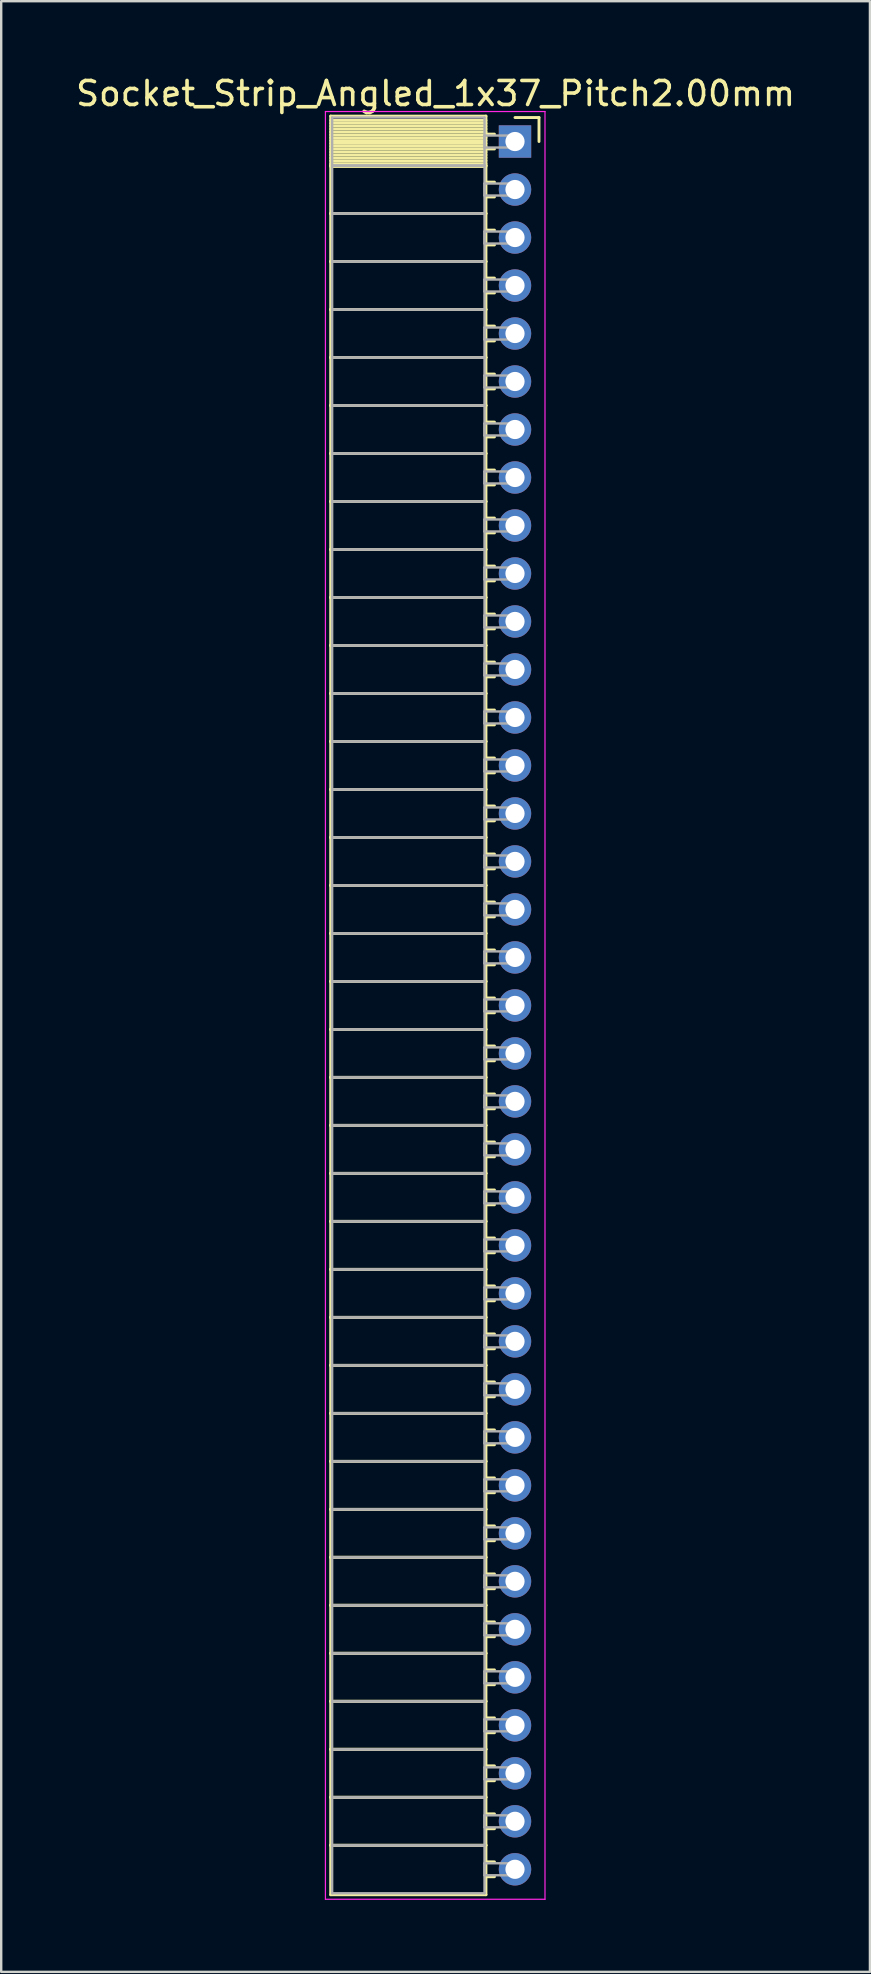
<source format=kicad_pcb>
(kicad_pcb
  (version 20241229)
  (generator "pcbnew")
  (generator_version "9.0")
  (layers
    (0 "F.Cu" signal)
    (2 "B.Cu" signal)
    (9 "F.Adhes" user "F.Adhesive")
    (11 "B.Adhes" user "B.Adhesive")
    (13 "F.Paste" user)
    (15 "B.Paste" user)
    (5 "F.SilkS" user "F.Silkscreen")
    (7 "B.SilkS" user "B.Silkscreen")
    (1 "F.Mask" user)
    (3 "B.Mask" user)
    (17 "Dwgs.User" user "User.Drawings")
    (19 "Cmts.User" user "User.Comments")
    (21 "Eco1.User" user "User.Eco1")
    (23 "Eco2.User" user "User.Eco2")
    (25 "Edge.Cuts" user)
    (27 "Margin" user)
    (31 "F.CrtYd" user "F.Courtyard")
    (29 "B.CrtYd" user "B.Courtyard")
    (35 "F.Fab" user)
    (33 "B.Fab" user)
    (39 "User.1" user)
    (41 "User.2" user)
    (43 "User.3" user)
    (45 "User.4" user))
  (footprint "Socket_Strip_Angled_1x37_Pitch2.00mm"
    (layer "F.Cu")
    (at 18.411 2.848)
    (property "Reference" "Socket_Strip_Angled_1x37_Pitch2.00mm" (at -3.31 -2 0) (layer "F.SilkS") (effects (font (size 1 1) (thickness 0.15))))
    (attr through_hole)
    (fp_line (start -7.68 -1.06) (end -1.21 -1.06) (stroke (width 0.12) (type solid)) (layer "F.SilkS"))
    (fp_line (start -7.68 1) (end -7.68 -1.06) (stroke (width 0.12) (type solid)) (layer "F.SilkS"))
    (fp_line (start -7.68 1) (end -1.21 1) (stroke (width 0.12) (type solid)) (layer "F.SilkS"))
    (fp_line (start -7.68 3) (end -7.68 1) (stroke (width 0.12) (type solid)) (layer "F.SilkS"))
    (fp_line (start -7.68 3) (end -1.21 3) (stroke (width 0.12) (type solid)) (layer "F.SilkS"))
    (fp_line (start -7.68 5) (end -7.68 3) (stroke (width 0.12) (type solid)) (layer "F.SilkS"))
    (fp_line (start -7.68 5) (end -1.21 5) (stroke (width 0.12) (type solid)) (layer "F.SilkS"))
    (fp_line (start -7.68 7) (end -7.68 5) (stroke (width 0.12) (type solid)) (layer "F.SilkS"))
    (fp_line (start -7.68 7) (end -1.21 7) (stroke (width 0.12) (type solid)) (layer "F.SilkS"))
    (fp_line (start -7.68 9) (end -7.68 7) (stroke (width 0.12) (type solid)) (layer "F.SilkS"))
    (fp_line (start -7.68 9) (end -1.21 9) (stroke (width 0.12) (type solid)) (layer "F.SilkS"))
    (fp_line (start -7.68 11) (end -7.68 9) (stroke (width 0.12) (type solid)) (layer "F.SilkS"))
    (fp_line (start -7.68 11) (end -1.21 11) (stroke (width 0.12) (type solid)) (layer "F.SilkS"))
    (fp_line (start -7.68 13) (end -7.68 11) (stroke (width 0.12) (type solid)) (layer "F.SilkS"))
    (fp_line (start -7.68 13) (end -1.21 13) (stroke (width 0.12) (type solid)) (layer "F.SilkS"))
    (fp_line (start -7.68 15) (end -7.68 13) (stroke (width 0.12) (type solid)) (layer "F.SilkS"))
    (fp_line (start -7.68 15) (end -1.21 15) (stroke (width 0.12) (type solid)) (layer "F.SilkS"))
    (fp_line (start -7.68 17) (end -7.68 15) (stroke (width 0.12) (type solid)) (layer "F.SilkS"))
    (fp_line (start -7.68 17) (end -1.21 17) (stroke (width 0.12) (type solid)) (layer "F.SilkS"))
    (fp_line (start -7.68 19) (end -7.68 17) (stroke (width 0.12) (type solid)) (layer "F.SilkS"))
    (fp_line (start -7.68 19) (end -1.21 19) (stroke (width 0.12) (type solid)) (layer "F.SilkS"))
    (fp_line (start -7.68 21) (end -7.68 19) (stroke (width 0.12) (type solid)) (layer "F.SilkS"))
    (fp_line (start -7.68 21) (end -1.21 21) (stroke (width 0.12) (type solid)) (layer "F.SilkS"))
    (fp_line (start -7.68 23) (end -7.68 21) (stroke (width 0.12) (type solid)) (layer "F.SilkS"))
    (fp_line (start -7.68 23) (end -1.21 23) (stroke (width 0.12) (type solid)) (layer "F.SilkS"))
    (fp_line (start -7.68 25) (end -7.68 23) (stroke (width 0.12) (type solid)) (layer "F.SilkS"))
    (fp_line (start -7.68 25) (end -1.21 25) (stroke (width 0.12) (type solid)) (layer "F.SilkS"))
    (fp_line (start -7.68 27) (end -7.68 25) (stroke (width 0.12) (type solid)) (layer "F.SilkS"))
    (fp_line (start -7.68 27) (end -1.21 27) (stroke (width 0.12) (type solid)) (layer "F.SilkS"))
    (fp_line (start -7.68 29) (end -7.68 27) (stroke (width 0.12) (type solid)) (layer "F.SilkS"))
    (fp_line (start -7.68 29) (end -1.21 29) (stroke (width 0.12) (type solid)) (layer "F.SilkS"))
    (fp_line (start -7.68 31) (end -7.68 29) (stroke (width 0.12) (type solid)) (layer "F.SilkS"))
    (fp_line (start -7.68 31) (end -1.21 31) (stroke (width 0.12) (type solid)) (layer "F.SilkS"))
    (fp_line (start -7.68 33) (end -7.68 31) (stroke (width 0.12) (type solid)) (layer "F.SilkS"))
    (fp_line (start -7.68 33) (end -1.21 33) (stroke (width 0.12) (type solid)) (layer "F.SilkS"))
    (fp_line (start -7.68 35) (end -7.68 33) (stroke (width 0.12) (type solid)) (layer "F.SilkS"))
    (fp_line (start -7.68 35) (end -1.21 35) (stroke (width 0.12) (type solid)) (layer "F.SilkS"))
    (fp_line (start -7.68 37) (end -7.68 35) (stroke (width 0.12) (type solid)) (layer "F.SilkS"))
    (fp_line (start -7.68 37) (end -1.21 37) (stroke (width 0.12) (type solid)) (layer "F.SilkS"))
    (fp_line (start -7.68 39) (end -7.68 37) (stroke (width 0.12) (type solid)) (layer "F.SilkS"))
    (fp_line (start -7.68 39) (end -1.21 39) (stroke (width 0.12) (type solid)) (layer "F.SilkS"))
    (fp_line (start -7.68 41) (end -7.68 39) (stroke (width 0.12) (type solid)) (layer "F.SilkS"))
    (fp_line (start -7.68 41) (end -1.21 41) (stroke (width 0.12) (type solid)) (layer "F.SilkS"))
    (fp_line (start -7.68 43) (end -7.68 41) (stroke (width 0.12) (type solid)) (layer "F.SilkS"))
    (fp_line (start -7.68 43) (end -1.21 43) (stroke (width 0.12) (type solid)) (layer "F.SilkS"))
    (fp_line (start -7.68 45) (end -7.68 43) (stroke (width 0.12) (type solid)) (layer "F.SilkS"))
    (fp_line (start -7.68 45) (end -1.21 45) (stroke (width 0.12) (type solid)) (layer "F.SilkS"))
    (fp_line (start -7.68 47) (end -7.68 45) (stroke (width 0.12) (type solid)) (layer "F.SilkS"))
    (fp_line (start -7.68 47) (end -1.21 47) (stroke (width 0.12) (type solid)) (layer "F.SilkS"))
    (fp_line (start -7.68 49) (end -7.68 47) (stroke (width 0.12) (type solid)) (layer "F.SilkS"))
    (fp_line (start -7.68 49) (end -1.21 49) (stroke (width 0.12) (type solid)) (layer "F.SilkS"))
    (fp_line (start -7.68 51) (end -7.68 49) (stroke (width 0.12) (type solid)) (layer "F.SilkS"))
    (fp_line (start -7.68 51) (end -1.21 51) (stroke (width 0.12) (type solid)) (layer "F.SilkS"))
    (fp_line (start -7.68 53) (end -7.68 51) (stroke (width 0.12) (type solid)) (layer "F.SilkS"))
    (fp_line (start -7.68 53) (end -1.21 53) (stroke (width 0.12) (type solid)) (layer "F.SilkS"))
    (fp_line (start -7.68 55) (end -7.68 53) (stroke (width 0.12) (type solid)) (layer "F.SilkS"))
    (fp_line (start -7.68 55) (end -1.21 55) (stroke (width 0.12) (type solid)) (layer "F.SilkS"))
    (fp_line (start -7.68 57) (end -7.68 55) (stroke (width 0.12) (type solid)) (layer "F.SilkS"))
    (fp_line (start -7.68 57) (end -1.21 57) (stroke (width 0.12) (type solid)) (layer "F.SilkS"))
    (fp_line (start -7.68 59) (end -7.68 57) (stroke (width 0.12) (type solid)) (layer "F.SilkS"))
    (fp_line (start -7.68 59) (end -1.21 59) (stroke (width 0.12) (type solid)) (layer "F.SilkS"))
    (fp_line (start -7.68 61) (end -7.68 59) (stroke (width 0.12) (type solid)) (layer "F.SilkS"))
    (fp_line (start -7.68 61) (end -1.21 61) (stroke (width 0.12) (type solid)) (layer "F.SilkS"))
    (fp_line (start -7.68 63) (end -7.68 61) (stroke (width 0.12) (type solid)) (layer "F.SilkS"))
    (fp_line (start -7.68 63) (end -1.21 63) (stroke (width 0.12) (type solid)) (layer "F.SilkS"))
    (fp_line (start -7.68 65) (end -7.68 63) (stroke (width 0.12) (type solid)) (layer "F.SilkS"))
    (fp_line (start -7.68 65) (end -1.21 65) (stroke (width 0.12) (type solid)) (layer "F.SilkS"))
    (fp_line (start -7.68 67) (end -7.68 65) (stroke (width 0.12) (type solid)) (layer "F.SilkS"))
    (fp_line (start -7.68 67) (end -1.21 67) (stroke (width 0.12) (type solid)) (layer "F.SilkS"))
    (fp_line (start -7.68 69) (end -7.68 67) (stroke (width 0.12) (type solid)) (layer "F.SilkS"))
    (fp_line (start -7.68 69) (end -1.21 69) (stroke (width 0.12) (type solid)) (layer "F.SilkS"))
    (fp_line (start -7.68 71) (end -7.68 69) (stroke (width 0.12) (type solid)) (layer "F.SilkS"))
    (fp_line (start -7.68 71) (end -1.21 71) (stroke (width 0.12) (type solid)) (layer "F.SilkS"))
    (fp_line (start -7.68 73.06) (end -7.68 71) (stroke (width 0.12) (type solid)) (layer "F.SilkS"))
    (fp_line (start -1.21 -1.06) (end -1.21 1) (stroke (width 0.12) (type solid)) (layer "F.SilkS"))
    (fp_line (start -1.21 -0.88) (end -7.68 -0.88) (stroke (width 0.12) (type solid)) (layer "F.SilkS"))
    (fp_line (start -1.21 -0.76) (end -7.68 -0.76) (stroke (width 0.12) (type solid)) (layer "F.SilkS"))
    (fp_line (start -1.21 -0.64) (end -7.68 -0.64) (stroke (width 0.12) (type solid)) (layer "F.SilkS"))
    (fp_line (start -1.21 -0.52) (end -7.68 -0.52) (stroke (width 0.12) (type solid)) (layer "F.SilkS"))
    (fp_line (start -1.21 -0.4) (end -7.68 -0.4) (stroke (width 0.12) (type solid)) (layer "F.SilkS"))
    (fp_line (start -1.21 -0.28) (end -7.68 -0.28) (stroke (width 0.12) (type solid)) (layer "F.SilkS"))
    (fp_line (start -1.21 -0.16) (end -7.68 -0.16) (stroke (width 0.12) (type solid)) (layer "F.SilkS"))
    (fp_line (start -1.21 -0.04) (end -7.68 -0.04) (stroke (width 0.12) (type solid)) (layer "F.SilkS"))
    (fp_line (start -1.21 0.08) (end -7.68 0.08) (stroke (width 0.12) (type solid)) (layer "F.SilkS"))
    (fp_line (start -1.21 0.2) (end -7.68 0.2) (stroke (width 0.12) (type solid)) (layer "F.SilkS"))
    (fp_line (start -1.21 0.32) (end -7.68 0.32) (stroke (width 0.12) (type solid)) (layer "F.SilkS"))
    (fp_line (start -1.21 0.44) (end -7.68 0.44) (stroke (width 0.12) (type solid)) (layer "F.SilkS"))
    (fp_line (start -1.21 0.56) (end -7.68 0.56) (stroke (width 0.12) (type solid)) (layer "F.SilkS"))
    (fp_line (start -1.21 0.68) (end -7.68 0.68) (stroke (width 0.12) (type solid)) (layer "F.SilkS"))
    (fp_line (start -1.21 0.8) (end -7.68 0.8) (stroke (width 0.12) (type solid)) (layer "F.SilkS"))
    (fp_line (start -1.21 0.92) (end -7.68 0.92) (stroke (width 0.12) (type solid)) (layer "F.SilkS"))
    (fp_line (start -1.21 1) (end -7.68 1) (stroke (width 0.12) (type solid)) (layer "F.SilkS"))
    (fp_line (start -1.21 1) (end -1.21 3) (stroke (width 0.12) (type solid)) (layer "F.SilkS"))
    (fp_line (start -1.21 1.04) (end -7.68 1.04) (stroke (width 0.12) (type solid)) (layer "F.SilkS"))
    (fp_line (start -1.21 3) (end -7.68 3) (stroke (width 0.12) (type solid)) (layer "F.SilkS"))
    (fp_line (start -1.21 3) (end -1.21 5) (stroke (width 0.12) (type solid)) (layer "F.SilkS"))
    (fp_line (start -1.21 5) (end -7.68 5) (stroke (width 0.12) (type solid)) (layer "F.SilkS"))
    (fp_line (start -1.21 5) (end -1.21 7) (stroke (width 0.12) (type solid)) (layer "F.SilkS"))
    (fp_line (start -1.21 7) (end -7.68 7) (stroke (width 0.12) (type solid)) (layer "F.SilkS"))
    (fp_line (start -1.21 7) (end -1.21 9) (stroke (width 0.12) (type solid)) (layer "F.SilkS"))
    (fp_line (start -1.21 9) (end -7.68 9) (stroke (width 0.12) (type solid)) (layer "F.SilkS"))
    (fp_line (start -1.21 9) (end -1.21 11) (stroke (width 0.12) (type solid)) (layer "F.SilkS"))
    (fp_line (start -1.21 11) (end -7.68 11) (stroke (width 0.12) (type solid)) (layer "F.SilkS"))
    (fp_line (start -1.21 11) (end -1.21 13) (stroke (width 0.12) (type solid)) (layer "F.SilkS"))
    (fp_line (start -1.21 13) (end -7.68 13) (stroke (width 0.12) (type solid)) (layer "F.SilkS"))
    (fp_line (start -1.21 13) (end -1.21 15) (stroke (width 0.12) (type solid)) (layer "F.SilkS"))
    (fp_line (start -1.21 15) (end -7.68 15) (stroke (width 0.12) (type solid)) (layer "F.SilkS"))
    (fp_line (start -1.21 15) (end -1.21 17) (stroke (width 0.12) (type solid)) (layer "F.SilkS"))
    (fp_line (start -1.21 17) (end -7.68 17) (stroke (width 0.12) (type solid)) (layer "F.SilkS"))
    (fp_line (start -1.21 17) (end -1.21 19) (stroke (width 0.12) (type solid)) (layer "F.SilkS"))
    (fp_line (start -1.21 19) (end -7.68 19) (stroke (width 0.12) (type solid)) (layer "F.SilkS"))
    (fp_line (start -1.21 19) (end -1.21 21) (stroke (width 0.12) (type solid)) (layer "F.SilkS"))
    (fp_line (start -1.21 21) (end -7.68 21) (stroke (width 0.12) (type solid)) (layer "F.SilkS"))
    (fp_line (start -1.21 21) (end -1.21 23) (stroke (width 0.12) (type solid)) (layer "F.SilkS"))
    (fp_line (start -1.21 23) (end -7.68 23) (stroke (width 0.12) (type solid)) (layer "F.SilkS"))
    (fp_line (start -1.21 23) (end -1.21 25) (stroke (width 0.12) (type solid)) (layer "F.SilkS"))
    (fp_line (start -1.21 25) (end -7.68 25) (stroke (width 0.12) (type solid)) (layer "F.SilkS"))
    (fp_line (start -1.21 25) (end -1.21 27) (stroke (width 0.12) (type solid)) (layer "F.SilkS"))
    (fp_line (start -1.21 27) (end -7.68 27) (stroke (width 0.12) (type solid)) (layer "F.SilkS"))
    (fp_line (start -1.21 27) (end -1.21 29) (stroke (width 0.12) (type solid)) (layer "F.SilkS"))
    (fp_line (start -1.21 29) (end -7.68 29) (stroke (width 0.12) (type solid)) (layer "F.SilkS"))
    (fp_line (start -1.21 29) (end -1.21 31) (stroke (width 0.12) (type solid)) (layer "F.SilkS"))
    (fp_line (start -1.21 31) (end -7.68 31) (stroke (width 0.12) (type solid)) (layer "F.SilkS"))
    (fp_line (start -1.21 31) (end -1.21 33) (stroke (width 0.12) (type solid)) (layer "F.SilkS"))
    (fp_line (start -1.21 33) (end -7.68 33) (stroke (width 0.12) (type solid)) (layer "F.SilkS"))
    (fp_line (start -1.21 33) (end -1.21 35) (stroke (width 0.12) (type solid)) (layer "F.SilkS"))
    (fp_line (start -1.21 35) (end -7.68 35) (stroke (width 0.12) (type solid)) (layer "F.SilkS"))
    (fp_line (start -1.21 35) (end -1.21 37) (stroke (width 0.12) (type solid)) (layer "F.SilkS"))
    (fp_line (start -1.21 37) (end -7.68 37) (stroke (width 0.12) (type solid)) (layer "F.SilkS"))
    (fp_line (start -1.21 37) (end -1.21 39) (stroke (width 0.12) (type solid)) (layer "F.SilkS"))
    (fp_line (start -1.21 39) (end -7.68 39) (stroke (width 0.12) (type solid)) (layer "F.SilkS"))
    (fp_line (start -1.21 39) (end -1.21 41) (stroke (width 0.12) (type solid)) (layer "F.SilkS"))
    (fp_line (start -1.21 41) (end -7.68 41) (stroke (width 0.12) (type solid)) (layer "F.SilkS"))
    (fp_line (start -1.21 41) (end -1.21 43) (stroke (width 0.12) (type solid)) (layer "F.SilkS"))
    (fp_line (start -1.21 43) (end -7.68 43) (stroke (width 0.12) (type solid)) (layer "F.SilkS"))
    (fp_line (start -1.21 43) (end -1.21 45) (stroke (width 0.12) (type solid)) (layer "F.SilkS"))
    (fp_line (start -1.21 45) (end -7.68 45) (stroke (width 0.12) (type solid)) (layer "F.SilkS"))
    (fp_line (start -1.21 45) (end -1.21 47) (stroke (width 0.12) (type solid)) (layer "F.SilkS"))
    (fp_line (start -1.21 47) (end -7.68 47) (stroke (width 0.12) (type solid)) (layer "F.SilkS"))
    (fp_line (start -1.21 47) (end -1.21 49) (stroke (width 0.12) (type solid)) (layer "F.SilkS"))
    (fp_line (start -1.21 49) (end -7.68 49) (stroke (width 0.12) (type solid)) (layer "F.SilkS"))
    (fp_line (start -1.21 49) (end -1.21 51) (stroke (width 0.12) (type solid)) (layer "F.SilkS"))
    (fp_line (start -1.21 51) (end -7.68 51) (stroke (width 0.12) (type solid)) (layer "F.SilkS"))
    (fp_line (start -1.21 51) (end -1.21 53) (stroke (width 0.12) (type solid)) (layer "F.SilkS"))
    (fp_line (start -1.21 53) (end -7.68 53) (stroke (width 0.12) (type solid)) (layer "F.SilkS"))
    (fp_line (start -1.21 53) (end -1.21 55) (stroke (width 0.12) (type solid)) (layer "F.SilkS"))
    (fp_line (start -1.21 55) (end -7.68 55) (stroke (width 0.12) (type solid)) (layer "F.SilkS"))
    (fp_line (start -1.21 55) (end -1.21 57) (stroke (width 0.12) (type solid)) (layer "F.SilkS"))
    (fp_line (start -1.21 57) (end -7.68 57) (stroke (width 0.12) (type solid)) (layer "F.SilkS"))
    (fp_line (start -1.21 57) (end -1.21 59) (stroke (width 0.12) (type solid)) (layer "F.SilkS"))
    (fp_line (start -1.21 59) (end -7.68 59) (stroke (width 0.12) (type solid)) (layer "F.SilkS"))
    (fp_line (start -1.21 59) (end -1.21 61) (stroke (width 0.12) (type solid)) (layer "F.SilkS"))
    (fp_line (start -1.21 61) (end -7.68 61) (stroke (width 0.12) (type solid)) (layer "F.SilkS"))
    (fp_line (start -1.21 61) (end -1.21 63) (stroke (width 0.12) (type solid)) (layer "F.SilkS"))
    (fp_line (start -1.21 63) (end -7.68 63) (stroke (width 0.12) (type solid)) (layer "F.SilkS"))
    (fp_line (start -1.21 63) (end -1.21 65) (stroke (width 0.12) (type solid)) (layer "F.SilkS"))
    (fp_line (start -1.21 65) (end -7.68 65) (stroke (width 0.12) (type solid)) (layer "F.SilkS"))
    (fp_line (start -1.21 65) (end -1.21 67) (stroke (width 0.12) (type solid)) (layer "F.SilkS"))
    (fp_line (start -1.21 67) (end -7.68 67) (stroke (width 0.12) (type solid)) (layer "F.SilkS"))
    (fp_line (start -1.21 67) (end -1.21 69) (stroke (width 0.12) (type solid)) (layer "F.SilkS"))
    (fp_line (start -1.21 69) (end -7.68 69) (stroke (width 0.12) (type solid)) (layer "F.SilkS"))
    (fp_line (start -1.21 69) (end -1.21 71) (stroke (width 0.12) (type solid)) (layer "F.SilkS"))
    (fp_line (start -1.21 71) (end -7.68 71) (stroke (width 0.12) (type solid)) (layer "F.SilkS"))
    (fp_line (start -1.21 71) (end -1.21 73.06) (stroke (width 0.12) (type solid)) (layer "F.SilkS"))
    (fp_line (start -1.21 73.06) (end -7.68 73.06) (stroke (width 0.12) (type solid)) (layer "F.SilkS"))
    (fp_line (start -0.855 -0.31) (end -1.21 -0.31) (stroke (width 0.12) (type solid)) (layer "F.SilkS"))
    (fp_line (start -0.855 0.31) (end -1.21 0.31) (stroke (width 0.12) (type solid)) (layer "F.SilkS"))
    (fp_line (start -0.855 1.69) (end -1.21 1.69) (stroke (width 0.12) (type solid)) (layer "F.SilkS"))
    (fp_line (start -0.855 2.31) (end -1.21 2.31) (stroke (width 0.12) (type solid)) (layer "F.SilkS"))
    (fp_line (start -0.855 3.69) (end -1.21 3.69) (stroke (width 0.12) (type solid)) (layer "F.SilkS"))
    (fp_line (start -0.855 4.31) (end -1.21 4.31) (stroke (width 0.12) (type solid)) (layer "F.SilkS"))
    (fp_line (start -0.855 5.69) (end -1.21 5.69) (stroke (width 0.12) (type solid)) (layer "F.SilkS"))
    (fp_line (start -0.855 6.31) (end -1.21 6.31) (stroke (width 0.12) (type solid)) (layer "F.SilkS"))
    (fp_line (start -0.855 7.69) (end -1.21 7.69) (stroke (width 0.12) (type solid)) (layer "F.SilkS"))
    (fp_line (start -0.855 8.31) (end -1.21 8.31) (stroke (width 0.12) (type solid)) (layer "F.SilkS"))
    (fp_line (start -0.855 9.69) (end -1.21 9.69) (stroke (width 0.12) (type solid)) (layer "F.SilkS"))
    (fp_line (start -0.855 10.31) (end -1.21 10.31) (stroke (width 0.12) (type solid)) (layer "F.SilkS"))
    (fp_line (start -0.855 11.69) (end -1.21 11.69) (stroke (width 0.12) (type solid)) (layer "F.SilkS"))
    (fp_line (start -0.855 12.31) (end -1.21 12.31) (stroke (width 0.12) (type solid)) (layer "F.SilkS"))
    (fp_line (start -0.855 13.69) (end -1.21 13.69) (stroke (width 0.12) (type solid)) (layer "F.SilkS"))
    (fp_line (start -0.855 14.31) (end -1.21 14.31) (stroke (width 0.12) (type solid)) (layer "F.SilkS"))
    (fp_line (start -0.855 15.69) (end -1.21 15.69) (stroke (width 0.12) (type solid)) (layer "F.SilkS"))
    (fp_line (start -0.855 16.31) (end -1.21 16.31) (stroke (width 0.12) (type solid)) (layer "F.SilkS"))
    (fp_line (start -0.855 17.69) (end -1.21 17.69) (stroke (width 0.12) (type solid)) (layer "F.SilkS"))
    (fp_line (start -0.855 18.31) (end -1.21 18.31) (stroke (width 0.12) (type solid)) (layer "F.SilkS"))
    (fp_line (start -0.855 19.69) (end -1.21 19.69) (stroke (width 0.12) (type solid)) (layer "F.SilkS"))
    (fp_line (start -0.855 20.31) (end -1.21 20.31) (stroke (width 0.12) (type solid)) (layer "F.SilkS"))
    (fp_line (start -0.855 21.69) (end -1.21 21.69) (stroke (width 0.12) (type solid)) (layer "F.SilkS"))
    (fp_line (start -0.855 22.31) (end -1.21 22.31) (stroke (width 0.12) (type solid)) (layer "F.SilkS"))
    (fp_line (start -0.855 23.69) (end -1.21 23.69) (stroke (width 0.12) (type solid)) (layer "F.SilkS"))
    (fp_line (start -0.855 24.31) (end -1.21 24.31) (stroke (width 0.12) (type solid)) (layer "F.SilkS"))
    (fp_line (start -0.855 25.69) (end -1.21 25.69) (stroke (width 0.12) (type solid)) (layer "F.SilkS"))
    (fp_line (start -0.855 26.31) (end -1.21 26.31) (stroke (width 0.12) (type solid)) (layer "F.SilkS"))
    (fp_line (start -0.855 27.69) (end -1.21 27.69) (stroke (width 0.12) (type solid)) (layer "F.SilkS"))
    (fp_line (start -0.855 28.31) (end -1.21 28.31) (stroke (width 0.12) (type solid)) (layer "F.SilkS"))
    (fp_line (start -0.855 29.69) (end -1.21 29.69) (stroke (width 0.12) (type solid)) (layer "F.SilkS"))
    (fp_line (start -0.855 30.31) (end -1.21 30.31) (stroke (width 0.12) (type solid)) (layer "F.SilkS"))
    (fp_line (start -0.855 31.69) (end -1.21 31.69) (stroke (width 0.12) (type solid)) (layer "F.SilkS"))
    (fp_line (start -0.855 32.31) (end -1.21 32.31) (stroke (width 0.12) (type solid)) (layer "F.SilkS"))
    (fp_line (start -0.855 33.69) (end -1.21 33.69) (stroke (width 0.12) (type solid)) (layer "F.SilkS"))
    (fp_line (start -0.855 34.31) (end -1.21 34.31) (stroke (width 0.12) (type solid)) (layer "F.SilkS"))
    (fp_line (start -0.855 35.69) (end -1.21 35.69) (stroke (width 0.12) (type solid)) (layer "F.SilkS"))
    (fp_line (start -0.855 36.31) (end -1.21 36.31) (stroke (width 0.12) (type solid)) (layer "F.SilkS"))
    (fp_line (start -0.855 37.69) (end -1.21 37.69) (stroke (width 0.12) (type solid)) (layer "F.SilkS"))
    (fp_line (start -0.855 38.31) (end -1.21 38.31) (stroke (width 0.12) (type solid)) (layer "F.SilkS"))
    (fp_line (start -0.855 39.69) (end -1.21 39.69) (stroke (width 0.12) (type solid)) (layer "F.SilkS"))
    (fp_line (start -0.855 40.31) (end -1.21 40.31) (stroke (width 0.12) (type solid)) (layer "F.SilkS"))
    (fp_line (start -0.855 41.69) (end -1.21 41.69) (stroke (width 0.12) (type solid)) (layer "F.SilkS"))
    (fp_line (start -0.855 42.31) (end -1.21 42.31) (stroke (width 0.12) (type solid)) (layer "F.SilkS"))
    (fp_line (start -0.855 43.69) (end -1.21 43.69) (stroke (width 0.12) (type solid)) (layer "F.SilkS"))
    (fp_line (start -0.855 44.31) (end -1.21 44.31) (stroke (width 0.12) (type solid)) (layer "F.SilkS"))
    (fp_line (start -0.855 45.69) (end -1.21 45.69) (stroke (width 0.12) (type solid)) (layer "F.SilkS"))
    (fp_line (start -0.855 46.31) (end -1.21 46.31) (stroke (width 0.12) (type solid)) (layer "F.SilkS"))
    (fp_line (start -0.855 47.69) (end -1.21 47.69) (stroke (width 0.12) (type solid)) (layer "F.SilkS"))
    (fp_line (start -0.855 48.31) (end -1.21 48.31) (stroke (width 0.12) (type solid)) (layer "F.SilkS"))
    (fp_line (start -0.855 49.69) (end -1.21 49.69) (stroke (width 0.12) (type solid)) (layer "F.SilkS"))
    (fp_line (start -0.855 50.31) (end -1.21 50.31) (stroke (width 0.12) (type solid)) (layer "F.SilkS"))
    (fp_line (start -0.855 51.69) (end -1.21 51.69) (stroke (width 0.12) (type solid)) (layer "F.SilkS"))
    (fp_line (start -0.855 52.31) (end -1.21 52.31) (stroke (width 0.12) (type solid)) (layer "F.SilkS"))
    (fp_line (start -0.855 53.69) (end -1.21 53.69) (stroke (width 0.12) (type solid)) (layer "F.SilkS"))
    (fp_line (start -0.855 54.31) (end -1.21 54.31) (stroke (width 0.12) (type solid)) (layer "F.SilkS"))
    (fp_line (start -0.855 55.69) (end -1.21 55.69) (stroke (width 0.12) (type solid)) (layer "F.SilkS"))
    (fp_line (start -0.855 56.31) (end -1.21 56.31) (stroke (width 0.12) (type solid)) (layer "F.SilkS"))
    (fp_line (start -0.855 57.69) (end -1.21 57.69) (stroke (width 0.12) (type solid)) (layer "F.SilkS"))
    (fp_line (start -0.855 58.31) (end -1.21 58.31) (stroke (width 0.12) (type solid)) (layer "F.SilkS"))
    (fp_line (start -0.855 59.69) (end -1.21 59.69) (stroke (width 0.12) (type solid)) (layer "F.SilkS"))
    (fp_line (start -0.855 60.31) (end -1.21 60.31) (stroke (width 0.12) (type solid)) (layer "F.SilkS"))
    (fp_line (start -0.855 61.69) (end -1.21 61.69) (stroke (width 0.12) (type solid)) (layer "F.SilkS"))
    (fp_line (start -0.855 62.31) (end -1.21 62.31) (stroke (width 0.12) (type solid)) (layer "F.SilkS"))
    (fp_line (start -0.855 63.69) (end -1.21 63.69) (stroke (width 0.12) (type solid)) (layer "F.SilkS"))
    (fp_line (start -0.855 64.31) (end -1.21 64.31) (stroke (width 0.12) (type solid)) (layer "F.SilkS"))
    (fp_line (start -0.855 65.69) (end -1.21 65.69) (stroke (width 0.12) (type solid)) (layer "F.SilkS"))
    (fp_line (start -0.855 66.31) (end -1.21 66.31) (stroke (width 0.12) (type solid)) (layer "F.SilkS"))
    (fp_line (start -0.855 67.69) (end -1.21 67.69) (stroke (width 0.12) (type solid)) (layer "F.SilkS"))
    (fp_line (start -0.855 68.31) (end -1.21 68.31) (stroke (width 0.12) (type solid)) (layer "F.SilkS"))
    (fp_line (start -0.855 69.69) (end -1.21 69.69) (stroke (width 0.12) (type solid)) (layer "F.SilkS"))
    (fp_line (start -0.855 70.31) (end -1.21 70.31) (stroke (width 0.12) (type solid)) (layer "F.SilkS"))
    (fp_line (start -0.855 71.69) (end -1.21 71.69) (stroke (width 0.12) (type solid)) (layer "F.SilkS"))
    (fp_line (start -0.855 72.31) (end -1.21 72.31) (stroke (width 0.12) (type solid)) (layer "F.SilkS"))
    (fp_line (start 0 -1) (end 1 -1) (stroke (width 0.12) (type solid)) (layer "F.SilkS"))
    (fp_line (start 1 -1) (end 1 0) (stroke (width 0.12) (type solid)) (layer "F.SilkS"))
    (fp_line (start -7.9 -1.25) (end 1.25 -1.25) (stroke (width 0.05) (type solid)) (layer "F.CrtYd"))
    (fp_line (start -7.9 73.25) (end -7.9 -1.25) (stroke (width 0.05) (type solid)) (layer "F.CrtYd"))
    (fp_line (start 1.25 -1.25) (end 1.25 73.25) (stroke (width 0.05) (type solid)) (layer "F.CrtYd"))
    (fp_line (start 1.25 73.25) (end -7.9 73.25) (stroke (width 0.05) (type solid)) (layer "F.CrtYd"))
    (fp_line (start -7.62 -1) (end -1.27 -1) (stroke (width 0.1) (type solid)) (layer "F.Fab"))
    (fp_line (start -7.62 1) (end -7.62 -1) (stroke (width 0.1) (type solid)) (layer "F.Fab"))
    (fp_line (start -7.62 1) (end -1.27 1) (stroke (width 0.1) (type solid)) (layer "F.Fab"))
    (fp_line (start -7.62 3) (end -7.62 1) (stroke (width 0.1) (type solid)) (layer "F.Fab"))
    (fp_line (start -7.62 3) (end -1.27 3) (stroke (width 0.1) (type solid)) (layer "F.Fab"))
    (fp_line (start -7.62 5) (end -7.62 3) (stroke (width 0.1) (type solid)) (layer "F.Fab"))
    (fp_line (start -7.62 5) (end -1.27 5) (stroke (width 0.1) (type solid)) (layer "F.Fab"))
    (fp_line (start -7.62 7) (end -7.62 5) (stroke (width 0.1) (type solid)) (layer "F.Fab"))
    (fp_line (start -7.62 7) (end -1.27 7) (stroke (width 0.1) (type solid)) (layer "F.Fab"))
    (fp_line (start -7.62 9) (end -7.62 7) (stroke (width 0.1) (type solid)) (layer "F.Fab"))
    (fp_line (start -7.62 9) (end -1.27 9) (stroke (width 0.1) (type solid)) (layer "F.Fab"))
    (fp_line (start -7.62 11) (end -7.62 9) (stroke (width 0.1) (type solid)) (layer "F.Fab"))
    (fp_line (start -7.62 11) (end -1.27 11) (stroke (width 0.1) (type solid)) (layer "F.Fab"))
    (fp_line (start -7.62 13) (end -7.62 11) (stroke (width 0.1) (type solid)) (layer "F.Fab"))
    (fp_line (start -7.62 13) (end -1.27 13) (stroke (width 0.1) (type solid)) (layer "F.Fab"))
    (fp_line (start -7.62 15) (end -7.62 13) (stroke (width 0.1) (type solid)) (layer "F.Fab"))
    (fp_line (start -7.62 15) (end -1.27 15) (stroke (width 0.1) (type solid)) (layer "F.Fab"))
    (fp_line (start -7.62 17) (end -7.62 15) (stroke (width 0.1) (type solid)) (layer "F.Fab"))
    (fp_line (start -7.62 17) (end -1.27 17) (stroke (width 0.1) (type solid)) (layer "F.Fab"))
    (fp_line (start -7.62 19) (end -7.62 17) (stroke (width 0.1) (type solid)) (layer "F.Fab"))
    (fp_line (start -7.62 19) (end -1.27 19) (stroke (width 0.1) (type solid)) (layer "F.Fab"))
    (fp_line (start -7.62 21) (end -7.62 19) (stroke (width 0.1) (type solid)) (layer "F.Fab"))
    (fp_line (start -7.62 21) (end -1.27 21) (stroke (width 0.1) (type solid)) (layer "F.Fab"))
    (fp_line (start -7.62 23) (end -7.62 21) (stroke (width 0.1) (type solid)) (layer "F.Fab"))
    (fp_line (start -7.62 23) (end -1.27 23) (stroke (width 0.1) (type solid)) (layer "F.Fab"))
    (fp_line (start -7.62 25) (end -7.62 23) (stroke (width 0.1) (type solid)) (layer "F.Fab"))
    (fp_line (start -7.62 25) (end -1.27 25) (stroke (width 0.1) (type solid)) (layer "F.Fab"))
    (fp_line (start -7.62 27) (end -7.62 25) (stroke (width 0.1) (type solid)) (layer "F.Fab"))
    (fp_line (start -7.62 27) (end -1.27 27) (stroke (width 0.1) (type solid)) (layer "F.Fab"))
    (fp_line (start -7.62 29) (end -7.62 27) (stroke (width 0.1) (type solid)) (layer "F.Fab"))
    (fp_line (start -7.62 29) (end -1.27 29) (stroke (width 0.1) (type solid)) (layer "F.Fab"))
    (fp_line (start -7.62 31) (end -7.62 29) (stroke (width 0.1) (type solid)) (layer "F.Fab"))
    (fp_line (start -7.62 31) (end -1.27 31) (stroke (width 0.1) (type solid)) (layer "F.Fab"))
    (fp_line (start -7.62 33) (end -7.62 31) (stroke (width 0.1) (type solid)) (layer "F.Fab"))
    (fp_line (start -7.62 33) (end -1.27 33) (stroke (width 0.1) (type solid)) (layer "F.Fab"))
    (fp_line (start -7.62 35) (end -7.62 33) (stroke (width 0.1) (type solid)) (layer "F.Fab"))
    (fp_line (start -7.62 35) (end -1.27 35) (stroke (width 0.1) (type solid)) (layer "F.Fab"))
    (fp_line (start -7.62 37) (end -7.62 35) (stroke (width 0.1) (type solid)) (layer "F.Fab"))
    (fp_line (start -7.62 37) (end -1.27 37) (stroke (width 0.1) (type solid)) (layer "F.Fab"))
    (fp_line (start -7.62 39) (end -7.62 37) (stroke (width 0.1) (type solid)) (layer "F.Fab"))
    (fp_line (start -7.62 39) (end -1.27 39) (stroke (width 0.1) (type solid)) (layer "F.Fab"))
    (fp_line (start -7.62 41) (end -7.62 39) (stroke (width 0.1) (type solid)) (layer "F.Fab"))
    (fp_line (start -7.62 41) (end -1.27 41) (stroke (width 0.1) (type solid)) (layer "F.Fab"))
    (fp_line (start -7.62 43) (end -7.62 41) (stroke (width 0.1) (type solid)) (layer "F.Fab"))
    (fp_line (start -7.62 43) (end -1.27 43) (stroke (width 0.1) (type solid)) (layer "F.Fab"))
    (fp_line (start -7.62 45) (end -7.62 43) (stroke (width 0.1) (type solid)) (layer "F.Fab"))
    (fp_line (start -7.62 45) (end -1.27 45) (stroke (width 0.1) (type solid)) (layer "F.Fab"))
    (fp_line (start -7.62 47) (end -7.62 45) (stroke (width 0.1) (type solid)) (layer "F.Fab"))
    (fp_line (start -7.62 47) (end -1.27 47) (stroke (width 0.1) (type solid)) (layer "F.Fab"))
    (fp_line (start -7.62 49) (end -7.62 47) (stroke (width 0.1) (type solid)) (layer "F.Fab"))
    (fp_line (start -7.62 49) (end -1.27 49) (stroke (width 0.1) (type solid)) (layer "F.Fab"))
    (fp_line (start -7.62 51) (end -7.62 49) (stroke (width 0.1) (type solid)) (layer "F.Fab"))
    (fp_line (start -7.62 51) (end -1.27 51) (stroke (width 0.1) (type solid)) (layer "F.Fab"))
    (fp_line (start -7.62 53) (end -7.62 51) (stroke (width 0.1) (type solid)) (layer "F.Fab"))
    (fp_line (start -7.62 53) (end -1.27 53) (stroke (width 0.1) (type solid)) (layer "F.Fab"))
    (fp_line (start -7.62 55) (end -7.62 53) (stroke (width 0.1) (type solid)) (layer "F.Fab"))
    (fp_line (start -7.62 55) (end -1.27 55) (stroke (width 0.1) (type solid)) (layer "F.Fab"))
    (fp_line (start -7.62 57) (end -7.62 55) (stroke (width 0.1) (type solid)) (layer "F.Fab"))
    (fp_line (start -7.62 57) (end -1.27 57) (stroke (width 0.1) (type solid)) (layer "F.Fab"))
    (fp_line (start -7.62 59) (end -7.62 57) (stroke (width 0.1) (type solid)) (layer "F.Fab"))
    (fp_line (start -7.62 59) (end -1.27 59) (stroke (width 0.1) (type solid)) (layer "F.Fab"))
    (fp_line (start -7.62 61) (end -7.62 59) (stroke (width 0.1) (type solid)) (layer "F.Fab"))
    (fp_line (start -7.62 61) (end -1.27 61) (stroke (width 0.1) (type solid)) (layer "F.Fab"))
    (fp_line (start -7.62 63) (end -7.62 61) (stroke (width 0.1) (type solid)) (layer "F.Fab"))
    (fp_line (start -7.62 63) (end -1.27 63) (stroke (width 0.1) (type solid)) (layer "F.Fab"))
    (fp_line (start -7.62 65) (end -7.62 63) (stroke (width 0.1) (type solid)) (layer "F.Fab"))
    (fp_line (start -7.62 65) (end -1.27 65) (stroke (width 0.1) (type solid)) (layer "F.Fab"))
    (fp_line (start -7.62 67) (end -7.62 65) (stroke (width 0.1) (type solid)) (layer "F.Fab"))
    (fp_line (start -7.62 67) (end -1.27 67) (stroke (width 0.1) (type solid)) (layer "F.Fab"))
    (fp_line (start -7.62 69) (end -7.62 67) (stroke (width 0.1) (type solid)) (layer "F.Fab"))
    (fp_line (start -7.62 69) (end -1.27 69) (stroke (width 0.1) (type solid)) (layer "F.Fab"))
    (fp_line (start -7.62 71) (end -7.62 69) (stroke (width 0.1) (type solid)) (layer "F.Fab"))
    (fp_line (start -7.62 71) (end -1.27 71) (stroke (width 0.1) (type solid)) (layer "F.Fab"))
    (fp_line (start -7.62 73) (end -7.62 71) (stroke (width 0.1) (type solid)) (layer "F.Fab"))
    (fp_line (start -1.27 -1) (end -1.27 1) (stroke (width 0.1) (type solid)) (layer "F.Fab"))
    (fp_line (start -1.27 -0.25) (end 0 -0.25) (stroke (width 0.1) (type solid)) (layer "F.Fab"))
    (fp_line (start -1.27 0.25) (end -1.27 -0.25) (stroke (width 0.1) (type solid)) (layer "F.Fab"))
    (fp_line (start -1.27 1) (end -7.62 1) (stroke (width 0.1) (type solid)) (layer "F.Fab"))
    (fp_line (start -1.27 1) (end -1.27 3) (stroke (width 0.1) (type solid)) (layer "F.Fab"))
    (fp_line (start -1.27 1.75) (end 0 1.75) (stroke (width 0.1) (type solid)) (layer "F.Fab"))
    (fp_line (start -1.27 2.25) (end -1.27 1.75) (stroke (width 0.1) (type solid)) (layer "F.Fab"))
    (fp_line (start -1.27 3) (end -7.62 3) (stroke (width 0.1) (type solid)) (layer "F.Fab"))
    (fp_line (start -1.27 3) (end -1.27 5) (stroke (width 0.1) (type solid)) (layer "F.Fab"))
    (fp_line (start -1.27 3.75) (end 0 3.75) (stroke (width 0.1) (type solid)) (layer "F.Fab"))
    (fp_line (start -1.27 4.25) (end -1.27 3.75) (stroke (width 0.1) (type solid)) (layer "F.Fab"))
    (fp_line (start -1.27 5) (end -7.62 5) (stroke (width 0.1) (type solid)) (layer "F.Fab"))
    (fp_line (start -1.27 5) (end -1.27 7) (stroke (width 0.1) (type solid)) (layer "F.Fab"))
    (fp_line (start -1.27 5.75) (end 0 5.75) (stroke (width 0.1) (type solid)) (layer "F.Fab"))
    (fp_line (start -1.27 6.25) (end -1.27 5.75) (stroke (width 0.1) (type solid)) (layer "F.Fab"))
    (fp_line (start -1.27 7) (end -7.62 7) (stroke (width 0.1) (type solid)) (layer "F.Fab"))
    (fp_line (start -1.27 7) (end -1.27 9) (stroke (width 0.1) (type solid)) (layer "F.Fab"))
    (fp_line (start -1.27 7.75) (end 0 7.75) (stroke (width 0.1) (type solid)) (layer "F.Fab"))
    (fp_line (start -1.27 8.25) (end -1.27 7.75) (stroke (width 0.1) (type solid)) (layer "F.Fab"))
    (fp_line (start -1.27 9) (end -7.62 9) (stroke (width 0.1) (type solid)) (layer "F.Fab"))
    (fp_line (start -1.27 9) (end -1.27 11) (stroke (width 0.1) (type solid)) (layer "F.Fab"))
    (fp_line (start -1.27 9.75) (end 0 9.75) (stroke (width 0.1) (type solid)) (layer "F.Fab"))
    (fp_line (start -1.27 10.25) (end -1.27 9.75) (stroke (width 0.1) (type solid)) (layer "F.Fab"))
    (fp_line (start -1.27 11) (end -7.62 11) (stroke (width 0.1) (type solid)) (layer "F.Fab"))
    (fp_line (start -1.27 11) (end -1.27 13) (stroke (width 0.1) (type solid)) (layer "F.Fab"))
    (fp_line (start -1.27 11.75) (end 0 11.75) (stroke (width 0.1) (type solid)) (layer "F.Fab"))
    (fp_line (start -1.27 12.25) (end -1.27 11.75) (stroke (width 0.1) (type solid)) (layer "F.Fab"))
    (fp_line (start -1.27 13) (end -7.62 13) (stroke (width 0.1) (type solid)) (layer "F.Fab"))
    (fp_line (start -1.27 13) (end -1.27 15) (stroke (width 0.1) (type solid)) (layer "F.Fab"))
    (fp_line (start -1.27 13.75) (end 0 13.75) (stroke (width 0.1) (type solid)) (layer "F.Fab"))
    (fp_line (start -1.27 14.25) (end -1.27 13.75) (stroke (width 0.1) (type solid)) (layer "F.Fab"))
    (fp_line (start -1.27 15) (end -7.62 15) (stroke (width 0.1) (type solid)) (layer "F.Fab"))
    (fp_line (start -1.27 15) (end -1.27 17) (stroke (width 0.1) (type solid)) (layer "F.Fab"))
    (fp_line (start -1.27 15.75) (end 0 15.75) (stroke (width 0.1) (type solid)) (layer "F.Fab"))
    (fp_line (start -1.27 16.25) (end -1.27 15.75) (stroke (width 0.1) (type solid)) (layer "F.Fab"))
    (fp_line (start -1.27 17) (end -7.62 17) (stroke (width 0.1) (type solid)) (layer "F.Fab"))
    (fp_line (start -1.27 17) (end -1.27 19) (stroke (width 0.1) (type solid)) (layer "F.Fab"))
    (fp_line (start -1.27 17.75) (end 0 17.75) (stroke (width 0.1) (type solid)) (layer "F.Fab"))
    (fp_line (start -1.27 18.25) (end -1.27 17.75) (stroke (width 0.1) (type solid)) (layer "F.Fab"))
    (fp_line (start -1.27 19) (end -7.62 19) (stroke (width 0.1) (type solid)) (layer "F.Fab"))
    (fp_line (start -1.27 19) (end -1.27 21) (stroke (width 0.1) (type solid)) (layer "F.Fab"))
    (fp_line (start -1.27 19.75) (end 0 19.75) (stroke (width 0.1) (type solid)) (layer "F.Fab"))
    (fp_line (start -1.27 20.25) (end -1.27 19.75) (stroke (width 0.1) (type solid)) (layer "F.Fab"))
    (fp_line (start -1.27 21) (end -7.62 21) (stroke (width 0.1) (type solid)) (layer "F.Fab"))
    (fp_line (start -1.27 21) (end -1.27 23) (stroke (width 0.1) (type solid)) (layer "F.Fab"))
    (fp_line (start -1.27 21.75) (end 0 21.75) (stroke (width 0.1) (type solid)) (layer "F.Fab"))
    (fp_line (start -1.27 22.25) (end -1.27 21.75) (stroke (width 0.1) (type solid)) (layer "F.Fab"))
    (fp_line (start -1.27 23) (end -7.62 23) (stroke (width 0.1) (type solid)) (layer "F.Fab"))
    (fp_line (start -1.27 23) (end -1.27 25) (stroke (width 0.1) (type solid)) (layer "F.Fab"))
    (fp_line (start -1.27 23.75) (end 0 23.75) (stroke (width 0.1) (type solid)) (layer "F.Fab"))
    (fp_line (start -1.27 24.25) (end -1.27 23.75) (stroke (width 0.1) (type solid)) (layer "F.Fab"))
    (fp_line (start -1.27 25) (end -7.62 25) (stroke (width 0.1) (type solid)) (layer "F.Fab"))
    (fp_line (start -1.27 25) (end -1.27 27) (stroke (width 0.1) (type solid)) (layer "F.Fab"))
    (fp_line (start -1.27 25.75) (end 0 25.75) (stroke (width 0.1) (type solid)) (layer "F.Fab"))
    (fp_line (start -1.27 26.25) (end -1.27 25.75) (stroke (width 0.1) (type solid)) (layer "F.Fab"))
    (fp_line (start -1.27 27) (end -7.62 27) (stroke (width 0.1) (type solid)) (layer "F.Fab"))
    (fp_line (start -1.27 27) (end -1.27 29) (stroke (width 0.1) (type solid)) (layer "F.Fab"))
    (fp_line (start -1.27 27.75) (end 0 27.75) (stroke (width 0.1) (type solid)) (layer "F.Fab"))
    (fp_line (start -1.27 28.25) (end -1.27 27.75) (stroke (width 0.1) (type solid)) (layer "F.Fab"))
    (fp_line (start -1.27 29) (end -7.62 29) (stroke (width 0.1) (type solid)) (layer "F.Fab"))
    (fp_line (start -1.27 29) (end -1.27 31) (stroke (width 0.1) (type solid)) (layer "F.Fab"))
    (fp_line (start -1.27 29.75) (end 0 29.75) (stroke (width 0.1) (type solid)) (layer "F.Fab"))
    (fp_line (start -1.27 30.25) (end -1.27 29.75) (stroke (width 0.1) (type solid)) (layer "F.Fab"))
    (fp_line (start -1.27 31) (end -7.62 31) (stroke (width 0.1) (type solid)) (layer "F.Fab"))
    (fp_line (start -1.27 31) (end -1.27 33) (stroke (width 0.1) (type solid)) (layer "F.Fab"))
    (fp_line (start -1.27 31.75) (end 0 31.75) (stroke (width 0.1) (type solid)) (layer "F.Fab"))
    (fp_line (start -1.27 32.25) (end -1.27 31.75) (stroke (width 0.1) (type solid)) (layer "F.Fab"))
    (fp_line (start -1.27 33) (end -7.62 33) (stroke (width 0.1) (type solid)) (layer "F.Fab"))
    (fp_line (start -1.27 33) (end -1.27 35) (stroke (width 0.1) (type solid)) (layer "F.Fab"))
    (fp_line (start -1.27 33.75) (end 0 33.75) (stroke (width 0.1) (type solid)) (layer "F.Fab"))
    (fp_line (start -1.27 34.25) (end -1.27 33.75) (stroke (width 0.1) (type solid)) (layer "F.Fab"))
    (fp_line (start -1.27 35) (end -7.62 35) (stroke (width 0.1) (type solid)) (layer "F.Fab"))
    (fp_line (start -1.27 35) (end -1.27 37) (stroke (width 0.1) (type solid)) (layer "F.Fab"))
    (fp_line (start -1.27 35.75) (end 0 35.75) (stroke (width 0.1) (type solid)) (layer "F.Fab"))
    (fp_line (start -1.27 36.25) (end -1.27 35.75) (stroke (width 0.1) (type solid)) (layer "F.Fab"))
    (fp_line (start -1.27 37) (end -7.62 37) (stroke (width 0.1) (type solid)) (layer "F.Fab"))
    (fp_line (start -1.27 37) (end -1.27 39) (stroke (width 0.1) (type solid)) (layer "F.Fab"))
    (fp_line (start -1.27 37.75) (end 0 37.75) (stroke (width 0.1) (type solid)) (layer "F.Fab"))
    (fp_line (start -1.27 38.25) (end -1.27 37.75) (stroke (width 0.1) (type solid)) (layer "F.Fab"))
    (fp_line (start -1.27 39) (end -7.62 39) (stroke (width 0.1) (type solid)) (layer "F.Fab"))
    (fp_line (start -1.27 39) (end -1.27 41) (stroke (width 0.1) (type solid)) (layer "F.Fab"))
    (fp_line (start -1.27 39.75) (end 0 39.75) (stroke (width 0.1) (type solid)) (layer "F.Fab"))
    (fp_line (start -1.27 40.25) (end -1.27 39.75) (stroke (width 0.1) (type solid)) (layer "F.Fab"))
    (fp_line (start -1.27 41) (end -7.62 41) (stroke (width 0.1) (type solid)) (layer "F.Fab"))
    (fp_line (start -1.27 41) (end -1.27 43) (stroke (width 0.1) (type solid)) (layer "F.Fab"))
    (fp_line (start -1.27 41.75) (end 0 41.75) (stroke (width 0.1) (type solid)) (layer "F.Fab"))
    (fp_line (start -1.27 42.25) (end -1.27 41.75) (stroke (width 0.1) (type solid)) (layer "F.Fab"))
    (fp_line (start -1.27 43) (end -7.62 43) (stroke (width 0.1) (type solid)) (layer "F.Fab"))
    (fp_line (start -1.27 43) (end -1.27 45) (stroke (width 0.1) (type solid)) (layer "F.Fab"))
    (fp_line (start -1.27 43.75) (end 0 43.75) (stroke (width 0.1) (type solid)) (layer "F.Fab"))
    (fp_line (start -1.27 44.25) (end -1.27 43.75) (stroke (width 0.1) (type solid)) (layer "F.Fab"))
    (fp_line (start -1.27 45) (end -7.62 45) (stroke (width 0.1) (type solid)) (layer "F.Fab"))
    (fp_line (start -1.27 45) (end -1.27 47) (stroke (width 0.1) (type solid)) (layer "F.Fab"))
    (fp_line (start -1.27 45.75) (end 0 45.75) (stroke (width 0.1) (type solid)) (layer "F.Fab"))
    (fp_line (start -1.27 46.25) (end -1.27 45.75) (stroke (width 0.1) (type solid)) (layer "F.Fab"))
    (fp_line (start -1.27 47) (end -7.62 47) (stroke (width 0.1) (type solid)) (layer "F.Fab"))
    (fp_line (start -1.27 47) (end -1.27 49) (stroke (width 0.1) (type solid)) (layer "F.Fab"))
    (fp_line (start -1.27 47.75) (end 0 47.75) (stroke (width 0.1) (type solid)) (layer "F.Fab"))
    (fp_line (start -1.27 48.25) (end -1.27 47.75) (stroke (width 0.1) (type solid)) (layer "F.Fab"))
    (fp_line (start -1.27 49) (end -7.62 49) (stroke (width 0.1) (type solid)) (layer "F.Fab"))
    (fp_line (start -1.27 49) (end -1.27 51) (stroke (width 0.1) (type solid)) (layer "F.Fab"))
    (fp_line (start -1.27 49.75) (end 0 49.75) (stroke (width 0.1) (type solid)) (layer "F.Fab"))
    (fp_line (start -1.27 50.25) (end -1.27 49.75) (stroke (width 0.1) (type solid)) (layer "F.Fab"))
    (fp_line (start -1.27 51) (end -7.62 51) (stroke (width 0.1) (type solid)) (layer "F.Fab"))
    (fp_line (start -1.27 51) (end -1.27 53) (stroke (width 0.1) (type solid)) (layer "F.Fab"))
    (fp_line (start -1.27 51.75) (end 0 51.75) (stroke (width 0.1) (type solid)) (layer "F.Fab"))
    (fp_line (start -1.27 52.25) (end -1.27 51.75) (stroke (width 0.1) (type solid)) (layer "F.Fab"))
    (fp_line (start -1.27 53) (end -7.62 53) (stroke (width 0.1) (type solid)) (layer "F.Fab"))
    (fp_line (start -1.27 53) (end -1.27 55) (stroke (width 0.1) (type solid)) (layer "F.Fab"))
    (fp_line (start -1.27 53.75) (end 0 53.75) (stroke (width 0.1) (type solid)) (layer "F.Fab"))
    (fp_line (start -1.27 54.25) (end -1.27 53.75) (stroke (width 0.1) (type solid)) (layer "F.Fab"))
    (fp_line (start -1.27 55) (end -7.62 55) (stroke (width 0.1) (type solid)) (layer "F.Fab"))
    (fp_line (start -1.27 55) (end -1.27 57) (stroke (width 0.1) (type solid)) (layer "F.Fab"))
    (fp_line (start -1.27 55.75) (end 0 55.75) (stroke (width 0.1) (type solid)) (layer "F.Fab"))
    (fp_line (start -1.27 56.25) (end -1.27 55.75) (stroke (width 0.1) (type solid)) (layer "F.Fab"))
    (fp_line (start -1.27 57) (end -7.62 57) (stroke (width 0.1) (type solid)) (layer "F.Fab"))
    (fp_line (start -1.27 57) (end -1.27 59) (stroke (width 0.1) (type solid)) (layer "F.Fab"))
    (fp_line (start -1.27 57.75) (end 0 57.75) (stroke (width 0.1) (type solid)) (layer "F.Fab"))
    (fp_line (start -1.27 58.25) (end -1.27 57.75) (stroke (width 0.1) (type solid)) (layer "F.Fab"))
    (fp_line (start -1.27 59) (end -7.62 59) (stroke (width 0.1) (type solid)) (layer "F.Fab"))
    (fp_line (start -1.27 59) (end -1.27 61) (stroke (width 0.1) (type solid)) (layer "F.Fab"))
    (fp_line (start -1.27 59.75) (end 0 59.75) (stroke (width 0.1) (type solid)) (layer "F.Fab"))
    (fp_line (start -1.27 60.25) (end -1.27 59.75) (stroke (width 0.1) (type solid)) (layer "F.Fab"))
    (fp_line (start -1.27 61) (end -7.62 61) (stroke (width 0.1) (type solid)) (layer "F.Fab"))
    (fp_line (start -1.27 61) (end -1.27 63) (stroke (width 0.1) (type solid)) (layer "F.Fab"))
    (fp_line (start -1.27 61.75) (end 0 61.75) (stroke (width 0.1) (type solid)) (layer "F.Fab"))
    (fp_line (start -1.27 62.25) (end -1.27 61.75) (stroke (width 0.1) (type solid)) (layer "F.Fab"))
    (fp_line (start -1.27 63) (end -7.62 63) (stroke (width 0.1) (type solid)) (layer "F.Fab"))
    (fp_line (start -1.27 63) (end -1.27 65) (stroke (width 0.1) (type solid)) (layer "F.Fab"))
    (fp_line (start -1.27 63.75) (end 0 63.75) (stroke (width 0.1) (type solid)) (layer "F.Fab"))
    (fp_line (start -1.27 64.25) (end -1.27 63.75) (stroke (width 0.1) (type solid)) (layer "F.Fab"))
    (fp_line (start -1.27 65) (end -7.62 65) (stroke (width 0.1) (type solid)) (layer "F.Fab"))
    (fp_line (start -1.27 65) (end -1.27 67) (stroke (width 0.1) (type solid)) (layer "F.Fab"))
    (fp_line (start -1.27 65.75) (end 0 65.75) (stroke (width 0.1) (type solid)) (layer "F.Fab"))
    (fp_line (start -1.27 66.25) (end -1.27 65.75) (stroke (width 0.1) (type solid)) (layer "F.Fab"))
    (fp_line (start -1.27 67) (end -7.62 67) (stroke (width 0.1) (type solid)) (layer "F.Fab"))
    (fp_line (start -1.27 67) (end -1.27 69) (stroke (width 0.1) (type solid)) (layer "F.Fab"))
    (fp_line (start -1.27 67.75) (end 0 67.75) (stroke (width 0.1) (type solid)) (layer "F.Fab"))
    (fp_line (start -1.27 68.25) (end -1.27 67.75) (stroke (width 0.1) (type solid)) (layer "F.Fab"))
    (fp_line (start -1.27 69) (end -7.62 69) (stroke (width 0.1) (type solid)) (layer "F.Fab"))
    (fp_line (start -1.27 69) (end -1.27 71) (stroke (width 0.1) (type solid)) (layer "F.Fab"))
    (fp_line (start -1.27 69.75) (end 0 69.75) (stroke (width 0.1) (type solid)) (layer "F.Fab"))
    (fp_line (start -1.27 70.25) (end -1.27 69.75) (stroke (width 0.1) (type solid)) (layer "F.Fab"))
    (fp_line (start -1.27 71) (end -7.62 71) (stroke (width 0.1) (type solid)) (layer "F.Fab"))
    (fp_line (start -1.27 71) (end -1.27 73) (stroke (width 0.1) (type solid)) (layer "F.Fab"))
    (fp_line (start -1.27 71.75) (end 0 71.75) (stroke (width 0.1) (type solid)) (layer "F.Fab"))
    (fp_line (start -1.27 72.25) (end -1.27 71.75) (stroke (width 0.1) (type solid)) (layer "F.Fab"))
    (fp_line (start -1.27 73) (end -7.62 73) (stroke (width 0.1) (type solid)) (layer "F.Fab"))
    (fp_line (start 0 -0.25) (end 0 0.25) (stroke (width 0.1) (type solid)) (layer "F.Fab"))
    (fp_line (start 0 0.25) (end -1.27 0.25) (stroke (width 0.1) (type solid)) (layer "F.Fab"))
    (fp_line (start 0 1.75) (end 0 2.25) (stroke (width 0.1) (type solid)) (layer "F.Fab"))
    (fp_line (start 0 2.25) (end -1.27 2.25) (stroke (width 0.1) (type solid)) (layer "F.Fab"))
    (fp_line (start 0 3.75) (end 0 4.25) (stroke (width 0.1) (type solid)) (layer "F.Fab"))
    (fp_line (start 0 4.25) (end -1.27 4.25) (stroke (width 0.1) (type solid)) (layer "F.Fab"))
    (fp_line (start 0 5.75) (end 0 6.25) (stroke (width 0.1) (type solid)) (layer "F.Fab"))
    (fp_line (start 0 6.25) (end -1.27 6.25) (stroke (width 0.1) (type solid)) (layer "F.Fab"))
    (fp_line (start 0 7.75) (end 0 8.25) (stroke (width 0.1) (type solid)) (layer "F.Fab"))
    (fp_line (start 0 8.25) (end -1.27 8.25) (stroke (width 0.1) (type solid)) (layer "F.Fab"))
    (fp_line (start 0 9.75) (end 0 10.25) (stroke (width 0.1) (type solid)) (layer "F.Fab"))
    (fp_line (start 0 10.25) (end -1.27 10.25) (stroke (width 0.1) (type solid)) (layer "F.Fab"))
    (fp_line (start 0 11.75) (end 0 12.25) (stroke (width 0.1) (type solid)) (layer "F.Fab"))
    (fp_line (start 0 12.25) (end -1.27 12.25) (stroke (width 0.1) (type solid)) (layer "F.Fab"))
    (fp_line (start 0 13.75) (end 0 14.25) (stroke (width 0.1) (type solid)) (layer "F.Fab"))
    (fp_line (start 0 14.25) (end -1.27 14.25) (stroke (width 0.1) (type solid)) (layer "F.Fab"))
    (fp_line (start 0 15.75) (end 0 16.25) (stroke (width 0.1) (type solid)) (layer "F.Fab"))
    (fp_line (start 0 16.25) (end -1.27 16.25) (stroke (width 0.1) (type solid)) (layer "F.Fab"))
    (fp_line (start 0 17.75) (end 0 18.25) (stroke (width 0.1) (type solid)) (layer "F.Fab"))
    (fp_line (start 0 18.25) (end -1.27 18.25) (stroke (width 0.1) (type solid)) (layer "F.Fab"))
    (fp_line (start 0 19.75) (end 0 20.25) (stroke (width 0.1) (type solid)) (layer "F.Fab"))
    (fp_line (start 0 20.25) (end -1.27 20.25) (stroke (width 0.1) (type solid)) (layer "F.Fab"))
    (fp_line (start 0 21.75) (end 0 22.25) (stroke (width 0.1) (type solid)) (layer "F.Fab"))
    (fp_line (start 0 22.25) (end -1.27 22.25) (stroke (width 0.1) (type solid)) (layer "F.Fab"))
    (fp_line (start 0 23.75) (end 0 24.25) (stroke (width 0.1) (type solid)) (layer "F.Fab"))
    (fp_line (start 0 24.25) (end -1.27 24.25) (stroke (width 0.1) (type solid)) (layer "F.Fab"))
    (fp_line (start 0 25.75) (end 0 26.25) (stroke (width 0.1) (type solid)) (layer "F.Fab"))
    (fp_line (start 0 26.25) (end -1.27 26.25) (stroke (width 0.1) (type solid)) (layer "F.Fab"))
    (fp_line (start 0 27.75) (end 0 28.25) (stroke (width 0.1) (type solid)) (layer "F.Fab"))
    (fp_line (start 0 28.25) (end -1.27 28.25) (stroke (width 0.1) (type solid)) (layer "F.Fab"))
    (fp_line (start 0 29.75) (end 0 30.25) (stroke (width 0.1) (type solid)) (layer "F.Fab"))
    (fp_line (start 0 30.25) (end -1.27 30.25) (stroke (width 0.1) (type solid)) (layer "F.Fab"))
    (fp_line (start 0 31.75) (end 0 32.25) (stroke (width 0.1) (type solid)) (layer "F.Fab"))
    (fp_line (start 0 32.25) (end -1.27 32.25) (stroke (width 0.1) (type solid)) (layer "F.Fab"))
    (fp_line (start 0 33.75) (end 0 34.25) (stroke (width 0.1) (type solid)) (layer "F.Fab"))
    (fp_line (start 0 34.25) (end -1.27 34.25) (stroke (width 0.1) (type solid)) (layer "F.Fab"))
    (fp_line (start 0 35.75) (end 0 36.25) (stroke (width 0.1) (type solid)) (layer "F.Fab"))
    (fp_line (start 0 36.25) (end -1.27 36.25) (stroke (width 0.1) (type solid)) (layer "F.Fab"))
    (fp_line (start 0 37.75) (end 0 38.25) (stroke (width 0.1) (type solid)) (layer "F.Fab"))
    (fp_line (start 0 38.25) (end -1.27 38.25) (stroke (width 0.1) (type solid)) (layer "F.Fab"))
    (fp_line (start 0 39.75) (end 0 40.25) (stroke (width 0.1) (type solid)) (layer "F.Fab"))
    (fp_line (start 0 40.25) (end -1.27 40.25) (stroke (width 0.1) (type solid)) (layer "F.Fab"))
    (fp_line (start 0 41.75) (end 0 42.25) (stroke (width 0.1) (type solid)) (layer "F.Fab"))
    (fp_line (start 0 42.25) (end -1.27 42.25) (stroke (width 0.1) (type solid)) (layer "F.Fab"))
    (fp_line (start 0 43.75) (end 0 44.25) (stroke (width 0.1) (type solid)) (layer "F.Fab"))
    (fp_line (start 0 44.25) (end -1.27 44.25) (stroke (width 0.1) (type solid)) (layer "F.Fab"))
    (fp_line (start 0 45.75) (end 0 46.25) (stroke (width 0.1) (type solid)) (layer "F.Fab"))
    (fp_line (start 0 46.25) (end -1.27 46.25) (stroke (width 0.1) (type solid)) (layer "F.Fab"))
    (fp_line (start 0 47.75) (end 0 48.25) (stroke (width 0.1) (type solid)) (layer "F.Fab"))
    (fp_line (start 0 48.25) (end -1.27 48.25) (stroke (width 0.1) (type solid)) (layer "F.Fab"))
    (fp_line (start 0 49.75) (end 0 50.25) (stroke (width 0.1) (type solid)) (layer "F.Fab"))
    (fp_line (start 0 50.25) (end -1.27 50.25) (stroke (width 0.1) (type solid)) (layer "F.Fab"))
    (fp_line (start 0 51.75) (end 0 52.25) (stroke (width 0.1) (type solid)) (layer "F.Fab"))
    (fp_line (start 0 52.25) (end -1.27 52.25) (stroke (width 0.1) (type solid)) (layer "F.Fab"))
    (fp_line (start 0 53.75) (end 0 54.25) (stroke (width 0.1) (type solid)) (layer "F.Fab"))
    (fp_line (start 0 54.25) (end -1.27 54.25) (stroke (width 0.1) (type solid)) (layer "F.Fab"))
    (fp_line (start 0 55.75) (end 0 56.25) (stroke (width 0.1) (type solid)) (layer "F.Fab"))
    (fp_line (start 0 56.25) (end -1.27 56.25) (stroke (width 0.1) (type solid)) (layer "F.Fab"))
    (fp_line (start 0 57.75) (end 0 58.25) (stroke (width 0.1) (type solid)) (layer "F.Fab"))
    (fp_line (start 0 58.25) (end -1.27 58.25) (stroke (width 0.1) (type solid)) (layer "F.Fab"))
    (fp_line (start 0 59.75) (end 0 60.25) (stroke (width 0.1) (type solid)) (layer "F.Fab"))
    (fp_line (start 0 60.25) (end -1.27 60.25) (stroke (width 0.1) (type solid)) (layer "F.Fab"))
    (fp_line (start 0 61.75) (end 0 62.25) (stroke (width 0.1) (type solid)) (layer "F.Fab"))
    (fp_line (start 0 62.25) (end -1.27 62.25) (stroke (width 0.1) (type solid)) (layer "F.Fab"))
    (fp_line (start 0 63.75) (end 0 64.25) (stroke (width 0.1) (type solid)) (layer "F.Fab"))
    (fp_line (start 0 64.25) (end -1.27 64.25) (stroke (width 0.1) (type solid)) (layer "F.Fab"))
    (fp_line (start 0 65.75) (end 0 66.25) (stroke (width 0.1) (type solid)) (layer "F.Fab"))
    (fp_line (start 0 66.25) (end -1.27 66.25) (stroke (width 0.1) (type solid)) (layer "F.Fab"))
    (fp_line (start 0 67.75) (end 0 68.25) (stroke (width 0.1) (type solid)) (layer "F.Fab"))
    (fp_line (start 0 68.25) (end -1.27 68.25) (stroke (width 0.1) (type solid)) (layer "F.Fab"))
    (fp_line (start 0 69.75) (end 0 70.25) (stroke (width 0.1) (type solid)) (layer "F.Fab"))
    (fp_line (start 0 70.25) (end -1.27 70.25) (stroke (width 0.1) (type solid)) (layer "F.Fab"))
    (fp_line (start 0 71.75) (end 0 72.25) (stroke (width 0.1) (type solid)) (layer "F.Fab"))
    (fp_line (start 0 72.25) (end -1.27 72.25) (stroke (width 0.1) (type solid)) (layer "F.Fab"))
    (pad "1" thru_hole rect (at 0 0) (size 1.35 1.35) (drill 0.8) (layers "*.Cu" "*.Mask"))
    (pad "2" thru_hole oval (at 0 2) (size 1.35 1.35) (drill 0.8) (layers "*.Cu" "*.Mask"))
    (pad "3" thru_hole oval (at 0 4) (size 1.35 1.35) (drill 0.8) (layers "*.Cu" "*.Mask"))
    (pad "4" thru_hole oval (at 0 6) (size 1.35 1.35) (drill 0.8) (layers "*.Cu" "*.Mask"))
    (pad "5" thru_hole oval (at 0 8) (size 1.35 1.35) (drill 0.8) (layers "*.Cu" "*.Mask"))
    (pad "6" thru_hole oval (at 0 10) (size 1.35 1.35) (drill 0.8) (layers "*.Cu" "*.Mask"))
    (pad "7" thru_hole oval (at 0 12) (size 1.35 1.35) (drill 0.8) (layers "*.Cu" "*.Mask"))
    (pad "8" thru_hole oval (at 0 14) (size 1.35 1.35) (drill 0.8) (layers "*.Cu" "*.Mask"))
    (pad "9" thru_hole oval (at 0 16) (size 1.35 1.35) (drill 0.8) (layers "*.Cu" "*.Mask"))
    (pad "10" thru_hole oval (at 0 18) (size 1.35 1.35) (drill 0.8) (layers "*.Cu" "*.Mask"))
    (pad "11" thru_hole oval (at 0 20) (size 1.35 1.35) (drill 0.8) (layers "*.Cu" "*.Mask"))
    (pad "12" thru_hole oval (at 0 22) (size 1.35 1.35) (drill 0.8) (layers "*.Cu" "*.Mask"))
    (pad "13" thru_hole oval (at 0 24) (size 1.35 1.35) (drill 0.8) (layers "*.Cu" "*.Mask"))
    (pad "14" thru_hole oval (at 0 26) (size 1.35 1.35) (drill 0.8) (layers "*.Cu" "*.Mask"))
    (pad "15" thru_hole oval (at 0 28) (size 1.35 1.35) (drill 0.8) (layers "*.Cu" "*.Mask"))
    (pad "16" thru_hole oval (at 0 30) (size 1.35 1.35) (drill 0.8) (layers "*.Cu" "*.Mask"))
    (pad "17" thru_hole oval (at 0 32) (size 1.35 1.35) (drill 0.8) (layers "*.Cu" "*.Mask"))
    (pad "18" thru_hole oval (at 0 34) (size 1.35 1.35) (drill 0.8) (layers "*.Cu" "*.Mask"))
    (pad "19" thru_hole oval (at 0 36) (size 1.35 1.35) (drill 0.8) (layers "*.Cu" "*.Mask"))
    (pad "20" thru_hole oval (at 0 38) (size 1.35 1.35) (drill 0.8) (layers "*.Cu" "*.Mask"))
    (pad "21" thru_hole oval (at 0 40) (size 1.35 1.35) (drill 0.8) (layers "*.Cu" "*.Mask"))
    (pad "22" thru_hole oval (at 0 42) (size 1.35 1.35) (drill 0.8) (layers "*.Cu" "*.Mask"))
    (pad "23" thru_hole oval (at 0 44) (size 1.35 1.35) (drill 0.8) (layers "*.Cu" "*.Mask"))
    (pad "24" thru_hole oval (at 0 46) (size 1.35 1.35) (drill 0.8) (layers "*.Cu" "*.Mask"))
    (pad "25" thru_hole oval (at 0 48) (size 1.35 1.35) (drill 0.8) (layers "*.Cu" "*.Mask"))
    (pad "26" thru_hole oval (at 0 50) (size 1.35 1.35) (drill 0.8) (layers "*.Cu" "*.Mask"))
    (pad "27" thru_hole oval (at 0 52) (size 1.35 1.35) (drill 0.8) (layers "*.Cu" "*.Mask"))
    (pad "28" thru_hole oval (at 0 54) (size 1.35 1.35) (drill 0.8) (layers "*.Cu" "*.Mask"))
    (pad "29" thru_hole oval (at 0 56) (size 1.35 1.35) (drill 0.8) (layers "*.Cu" "*.Mask"))
    (pad "30" thru_hole oval (at 0 58) (size 1.35 1.35) (drill 0.8) (layers "*.Cu" "*.Mask"))
    (pad "31" thru_hole oval (at 0 60) (size 1.35 1.35) (drill 0.8) (layers "*.Cu" "*.Mask"))
    (pad "32" thru_hole oval (at 0 62) (size 1.35 1.35) (drill 0.8) (layers "*.Cu" "*.Mask"))
    (pad "33" thru_hole oval (at 0 64) (size 1.35 1.35) (drill 0.8) (layers "*.Cu" "*.Mask"))
    (pad "34" thru_hole oval (at 0 66) (size 1.35 1.35) (drill 0.8) (layers "*.Cu" "*.Mask"))
    (pad "35" thru_hole oval (at 0 68) (size 1.35 1.35) (drill 0.8) (layers "*.Cu" "*.Mask"))
    (pad "36" thru_hole oval (at 0 70) (size 1.35 1.35) (drill 0.8) (layers "*.Cu" "*.Mask"))
    (pad "37" thru_hole oval (at 0 72) (size 1.35 1.35) (drill 0.8) (layers "*.Cu" "*.Mask")))
  (gr_rect
    (start -3 -3)
    (end 33.202 79.123)
    (stroke (width 0.1) (type default))
    (fill no)
    (layer "Edge.Cuts")))
</source>
